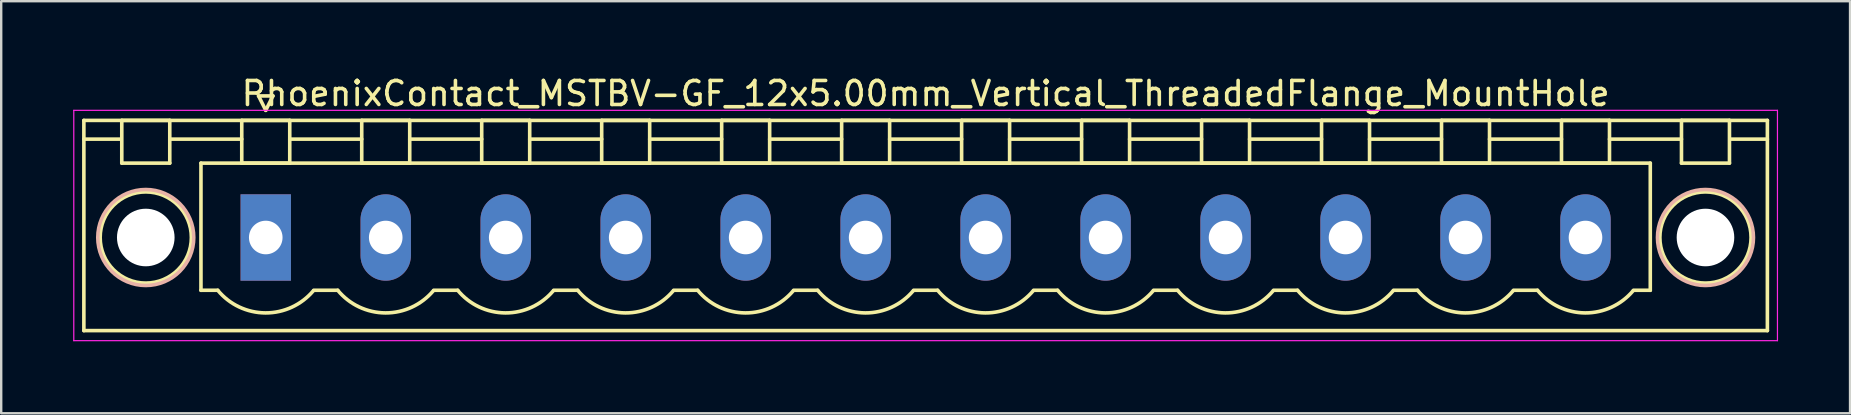
<source format=kicad_pcb>
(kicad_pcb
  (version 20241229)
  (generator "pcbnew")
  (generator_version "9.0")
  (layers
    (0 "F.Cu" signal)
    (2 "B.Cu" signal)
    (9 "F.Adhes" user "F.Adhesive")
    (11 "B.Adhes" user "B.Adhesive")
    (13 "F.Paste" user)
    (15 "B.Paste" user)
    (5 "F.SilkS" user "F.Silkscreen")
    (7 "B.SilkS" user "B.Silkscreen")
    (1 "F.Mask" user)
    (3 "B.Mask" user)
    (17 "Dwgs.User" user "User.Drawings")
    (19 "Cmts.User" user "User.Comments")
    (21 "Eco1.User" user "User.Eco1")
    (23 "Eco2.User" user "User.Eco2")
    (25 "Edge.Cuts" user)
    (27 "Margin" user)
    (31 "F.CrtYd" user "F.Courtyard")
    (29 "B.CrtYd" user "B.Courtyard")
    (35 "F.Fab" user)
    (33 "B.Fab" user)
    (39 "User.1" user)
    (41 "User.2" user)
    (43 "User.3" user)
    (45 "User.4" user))
  (footprint "PhoenixContact_MSTBV-GF_12x5.00mm_Vertical_ThreadedFlange_MountHole"
    (layer "F.Cu")
    (at 8.025 6.848)
    (property "Reference" "PhoenixContact_MSTBV-GF_12x5.00mm_Vertical_ThreadedFlange_MountHole" (at 27.5 -6 0) (layer "F.SilkS") (effects (font (size 1 1) (thickness 0.15))))
    (attr through_hole)
    (fp_line (start -7.58 -4.88) (end -7.58 3.88) (stroke (width 0.15) (type solid)) (layer "F.SilkS"))
    (fp_line (start -7.58 -4.1) (end -6.08 -4.1) (stroke (width 0.15) (type solid)) (layer "F.SilkS"))
    (fp_line (start -7.58 3.88) (end 62.58 3.88) (stroke (width 0.15) (type solid)) (layer "F.SilkS"))
    (fp_line (start -6 -4.88) (end -4 -4.88) (stroke (width 0.15) (type solid)) (layer "F.SilkS"))
    (fp_line (start -6 -3.1) (end -6 -4.88) (stroke (width 0.15) (type solid)) (layer "F.SilkS"))
    (fp_line (start -4 -4.88) (end -4 -3.1) (stroke (width 0.15) (type solid)) (layer "F.SilkS"))
    (fp_line (start -4 -4.1) (end -1 -4.1) (stroke (width 0.15) (type solid)) (layer "F.SilkS"))
    (fp_line (start -4 -3.1) (end -6 -3.1) (stroke (width 0.15) (type solid)) (layer "F.SilkS"))
    (fp_line (start -2.7 -3.1) (end 57.7 -3.1) (stroke (width 0.15) (type solid)) (layer "F.SilkS"))
    (fp_line (start -2.7 2.2) (end -2.7 -3.1) (stroke (width 0.15) (type solid)) (layer "F.SilkS"))
    (fp_line (start -2 2.2) (end -2.7 2.2) (stroke (width 0.15) (type solid)) (layer "F.SilkS"))
    (fp_line (start -1 -4.88) (end 1 -4.88) (stroke (width 0.15) (type solid)) (layer "F.SilkS"))
    (fp_line (start -1 -3.1) (end -1 -4.88) (stroke (width 0.15) (type solid)) (layer "F.SilkS"))
    (fp_line (start -0.3 -5.9) (end 0 -5.3) (stroke (width 0.15) (type solid)) (layer "F.SilkS"))
    (fp_line (start 0 -5.3) (end 0.3 -5.9) (stroke (width 0.15) (type solid)) (layer "F.SilkS"))
    (fp_line (start 0.3 -5.9) (end -0.3 -5.9) (stroke (width 0.15) (type solid)) (layer "F.SilkS"))
    (fp_line (start 1 -4.88) (end 1 -3.1) (stroke (width 0.15) (type solid)) (layer "F.SilkS"))
    (fp_line (start 1 -4.1) (end 4 -4.1) (stroke (width 0.15) (type solid)) (layer "F.SilkS"))
    (fp_line (start 1 -3.1) (end -1 -3.1) (stroke (width 0.15) (type solid)) (layer "F.SilkS"))
    (fp_line (start 2 2.2) (end 3 2.2) (stroke (width 0.15) (type solid)) (layer "F.SilkS"))
    (fp_line (start 4 -4.88) (end 6 -4.88) (stroke (width 0.15) (type solid)) (layer "F.SilkS"))
    (fp_line (start 4 -3.1) (end 4 -4.88) (stroke (width 0.15) (type solid)) (layer "F.SilkS"))
    (fp_line (start 6 -4.88) (end 6 -3.1) (stroke (width 0.15) (type solid)) (layer "F.SilkS"))
    (fp_line (start 6 -4.1) (end 9 -4.1) (stroke (width 0.15) (type solid)) (layer "F.SilkS"))
    (fp_line (start 6 -3.1) (end 4 -3.1) (stroke (width 0.15) (type solid)) (layer "F.SilkS"))
    (fp_line (start 7 2.2) (end 8 2.2) (stroke (width 0.15) (type solid)) (layer "F.SilkS"))
    (fp_line (start 9 -4.88) (end 11 -4.88) (stroke (width 0.15) (type solid)) (layer "F.SilkS"))
    (fp_line (start 9 -3.1) (end 9 -4.88) (stroke (width 0.15) (type solid)) (layer "F.SilkS"))
    (fp_line (start 11 -4.88) (end 11 -3.1) (stroke (width 0.15) (type solid)) (layer "F.SilkS"))
    (fp_line (start 11 -4.1) (end 14 -4.1) (stroke (width 0.15) (type solid)) (layer "F.SilkS"))
    (fp_line (start 11 -3.1) (end 9 -3.1) (stroke (width 0.15) (type solid)) (layer "F.SilkS"))
    (fp_line (start 12 2.2) (end 13 2.2) (stroke (width 0.15) (type solid)) (layer "F.SilkS"))
    (fp_line (start 14 -4.88) (end 16 -4.88) (stroke (width 0.15) (type solid)) (layer "F.SilkS"))
    (fp_line (start 14 -3.1) (end 14 -4.88) (stroke (width 0.15) (type solid)) (layer "F.SilkS"))
    (fp_line (start 16 -4.88) (end 16 -3.1) (stroke (width 0.15) (type solid)) (layer "F.SilkS"))
    (fp_line (start 16 -4.1) (end 19 -4.1) (stroke (width 0.15) (type solid)) (layer "F.SilkS"))
    (fp_line (start 16 -3.1) (end 14 -3.1) (stroke (width 0.15) (type solid)) (layer "F.SilkS"))
    (fp_line (start 17 2.2) (end 18 2.2) (stroke (width 0.15) (type solid)) (layer "F.SilkS"))
    (fp_line (start 19 -4.88) (end 21 -4.88) (stroke (width 0.15) (type solid)) (layer "F.SilkS"))
    (fp_line (start 19 -3.1) (end 19 -4.88) (stroke (width 0.15) (type solid)) (layer "F.SilkS"))
    (fp_line (start 21 -4.88) (end 21 -3.1) (stroke (width 0.15) (type solid)) (layer "F.SilkS"))
    (fp_line (start 21 -4.1) (end 24 -4.1) (stroke (width 0.15) (type solid)) (layer "F.SilkS"))
    (fp_line (start 21 -3.1) (end 19 -3.1) (stroke (width 0.15) (type solid)) (layer "F.SilkS"))
    (fp_line (start 22 2.2) (end 23 2.2) (stroke (width 0.15) (type solid)) (layer "F.SilkS"))
    (fp_line (start 24 -4.88) (end 26 -4.88) (stroke (width 0.15) (type solid)) (layer "F.SilkS"))
    (fp_line (start 24 -3.1) (end 24 -4.88) (stroke (width 0.15) (type solid)) (layer "F.SilkS"))
    (fp_line (start 26 -4.88) (end 26 -3.1) (stroke (width 0.15) (type solid)) (layer "F.SilkS"))
    (fp_line (start 26 -4.1) (end 29 -4.1) (stroke (width 0.15) (type solid)) (layer "F.SilkS"))
    (fp_line (start 26 -3.1) (end 24 -3.1) (stroke (width 0.15) (type solid)) (layer "F.SilkS"))
    (fp_line (start 27 2.2) (end 28 2.2) (stroke (width 0.15) (type solid)) (layer "F.SilkS"))
    (fp_line (start 29 -4.88) (end 31 -4.88) (stroke (width 0.15) (type solid)) (layer "F.SilkS"))
    (fp_line (start 29 -3.1) (end 29 -4.88) (stroke (width 0.15) (type solid)) (layer "F.SilkS"))
    (fp_line (start 31 -4.88) (end 31 -3.1) (stroke (width 0.15) (type solid)) (layer "F.SilkS"))
    (fp_line (start 31 -4.1) (end 34 -4.1) (stroke (width 0.15) (type solid)) (layer "F.SilkS"))
    (fp_line (start 31 -3.1) (end 29 -3.1) (stroke (width 0.15) (type solid)) (layer "F.SilkS"))
    (fp_line (start 32 2.2) (end 33 2.2) (stroke (width 0.15) (type solid)) (layer "F.SilkS"))
    (fp_line (start 34 -4.88) (end 36 -4.88) (stroke (width 0.15) (type solid)) (layer "F.SilkS"))
    (fp_line (start 34 -3.1) (end 34 -4.88) (stroke (width 0.15) (type solid)) (layer "F.SilkS"))
    (fp_line (start 36 -4.88) (end 36 -3.1) (stroke (width 0.15) (type solid)) (layer "F.SilkS"))
    (fp_line (start 36 -4.1) (end 39 -4.1) (stroke (width 0.15) (type solid)) (layer "F.SilkS"))
    (fp_line (start 36 -3.1) (end 34 -3.1) (stroke (width 0.15) (type solid)) (layer "F.SilkS"))
    (fp_line (start 37 2.2) (end 38 2.2) (stroke (width 0.15) (type solid)) (layer "F.SilkS"))
    (fp_line (start 39 -4.88) (end 41 -4.88) (stroke (width 0.15) (type solid)) (layer "F.SilkS"))
    (fp_line (start 39 -3.1) (end 39 -4.88) (stroke (width 0.15) (type solid)) (layer "F.SilkS"))
    (fp_line (start 41 -4.88) (end 41 -3.1) (stroke (width 0.15) (type solid)) (layer "F.SilkS"))
    (fp_line (start 41 -4.1) (end 44 -4.1) (stroke (width 0.15) (type solid)) (layer "F.SilkS"))
    (fp_line (start 41 -3.1) (end 39 -3.1) (stroke (width 0.15) (type solid)) (layer "F.SilkS"))
    (fp_line (start 42 2.2) (end 43 2.2) (stroke (width 0.15) (type solid)) (layer "F.SilkS"))
    (fp_line (start 44 -4.88) (end 46 -4.88) (stroke (width 0.15) (type solid)) (layer "F.SilkS"))
    (fp_line (start 44 -3.1) (end 44 -4.88) (stroke (width 0.15) (type solid)) (layer "F.SilkS"))
    (fp_line (start 46 -4.88) (end 46 -3.1) (stroke (width 0.15) (type solid)) (layer "F.SilkS"))
    (fp_line (start 46 -4.1) (end 49 -4.1) (stroke (width 0.15) (type solid)) (layer "F.SilkS"))
    (fp_line (start 46 -3.1) (end 44 -3.1) (stroke (width 0.15) (type solid)) (layer "F.SilkS"))
    (fp_line (start 47 2.2) (end 48 2.2) (stroke (width 0.15) (type solid)) (layer "F.SilkS"))
    (fp_line (start 49 -4.88) (end 51 -4.88) (stroke (width 0.15) (type solid)) (layer "F.SilkS"))
    (fp_line (start 49 -3.1) (end 49 -4.88) (stroke (width 0.15) (type solid)) (layer "F.SilkS"))
    (fp_line (start 51 -4.88) (end 51 -3.1) (stroke (width 0.15) (type solid)) (layer "F.SilkS"))
    (fp_line (start 51 -4.1) (end 54 -4.1) (stroke (width 0.15) (type solid)) (layer "F.SilkS"))
    (fp_line (start 51 -3.1) (end 49 -3.1) (stroke (width 0.15) (type solid)) (layer "F.SilkS"))
    (fp_line (start 52 2.2) (end 53 2.2) (stroke (width 0.15) (type solid)) (layer "F.SilkS"))
    (fp_line (start 54 -4.88) (end 56 -4.88) (stroke (width 0.15) (type solid)) (layer "F.SilkS"))
    (fp_line (start 54 -3.1) (end 54 -4.88) (stroke (width 0.15) (type solid)) (layer "F.SilkS"))
    (fp_line (start 56 -4.88) (end 56 -3.1) (stroke (width 0.15) (type solid)) (layer "F.SilkS"))
    (fp_line (start 56 -4.1) (end 59 -4.1) (stroke (width 0.15) (type solid)) (layer "F.SilkS"))
    (fp_line (start 56 -3.1) (end 54 -3.1) (stroke (width 0.15) (type solid)) (layer "F.SilkS"))
    (fp_line (start 57.7 -3.1) (end 57.7 2.2) (stroke (width 0.15) (type solid)) (layer "F.SilkS"))
    (fp_line (start 57.7 2.2) (end 57 2.2) (stroke (width 0.15) (type solid)) (layer "F.SilkS"))
    (fp_line (start 59 -4.88) (end 61 -4.88) (stroke (width 0.15) (type solid)) (layer "F.SilkS"))
    (fp_line (start 59 -3.1) (end 59 -4.88) (stroke (width 0.15) (type solid)) (layer "F.SilkS"))
    (fp_line (start 61 -4.88) (end 61 -3.1) (stroke (width 0.15) (type solid)) (layer "F.SilkS"))
    (fp_line (start 61 -3.1) (end 59 -3.1) (stroke (width 0.15) (type solid)) (layer "F.SilkS"))
    (fp_line (start 62.58 -4.88) (end -7.58 -4.88) (stroke (width 0.15) (type solid)) (layer "F.SilkS"))
    (fp_line (start 62.58 -4.1) (end 61.08 -4.1) (stroke (width 0.15) (type solid)) (layer "F.SilkS"))
    (fp_line (start 62.58 3.88) (end 62.58 -4.88) (stroke (width 0.15) (type solid)) (layer "F.SilkS"))
    (fp_arc (start 1.986842 2.215821) (mid -0.010289 3.142758) (end -2 2.2) (stroke (width 0.15) (type solid)) (layer "F.SilkS"))
    (fp_arc (start 6.986842 2.215821) (mid 4.989711 3.142758) (end 3 2.2) (stroke (width 0.15) (type solid)) (layer "F.SilkS"))
    (fp_arc (start 11.986842 2.215821) (mid 9.989711 3.142758) (end 8 2.2) (stroke (width 0.15) (type solid)) (layer "F.SilkS"))
    (fp_arc (start 16.986842 2.215821) (mid 14.989711 3.142758) (end 13 2.2) (stroke (width 0.15) (type solid)) (layer "F.SilkS"))
    (fp_arc (start 21.986842 2.215821) (mid 19.989711 3.142758) (end 18 2.2) (stroke (width 0.15) (type solid)) (layer "F.SilkS"))
    (fp_arc (start 26.986842 2.215821) (mid 24.989711 3.142758) (end 23 2.2) (stroke (width 0.15) (type solid)) (layer "F.SilkS"))
    (fp_arc (start 31.986842 2.215821) (mid 29.989711 3.142758) (end 28 2.2) (stroke (width 0.15) (type solid)) (layer "F.SilkS"))
    (fp_arc (start 36.986842 2.215821) (mid 34.989711 3.142758) (end 33 2.2) (stroke (width 0.15) (type solid)) (layer "F.SilkS"))
    (fp_arc (start 41.986842 2.215821) (mid 39.989711 3.142758) (end 38 2.2) (stroke (width 0.15) (type solid)) (layer "F.SilkS"))
    (fp_arc (start 46.986842 2.215821) (mid 44.989711 3.142758) (end 43 2.2) (stroke (width 0.15) (type solid)) (layer "F.SilkS"))
    (fp_arc (start 51.986842 2.215821) (mid 49.989711 3.142758) (end 48 2.2) (stroke (width 0.15) (type solid)) (layer "F.SilkS"))
    (fp_arc (start 56.986842 2.215821) (mid 54.989711 3.142758) (end 53 2.2) (stroke (width 0.15) (type solid)) (layer "F.SilkS"))
    (fp_circle (center -5 0) (end -3.1 0) (stroke (width 0.15) (type solid)) (fill no) (layer "F.SilkS"))
    (fp_circle (center 60 0) (end 61.9 0) (stroke (width 0.15) (type solid)) (fill no) (layer "F.SilkS"))
    (fp_circle (center -5 0) (end -3 0) (stroke (width 0.15) (type solid)) (fill no) (layer "B.SilkS"))
    (fp_circle (center 60 0) (end 62 0) (stroke (width 0.15) (type solid)) (fill no) (layer "B.SilkS"))
    (fp_line (start -8 -5.3) (end -8 4.3) (stroke (width 0.05) (type solid)) (layer "F.CrtYd"))
    (fp_line (start -8 4.3) (end 63 4.3) (stroke (width 0.05) (type solid)) (layer "F.CrtYd"))
    (fp_line (start 63 -5.3) (end -8 -5.3) (stroke (width 0.05) (type solid)) (layer "F.CrtYd"))
    (fp_line (start 63 4.3) (end 63 -5.3) (stroke (width 0.05) (type solid)) (layer "F.CrtYd"))
    (pad "" np_thru_hole circle (at -5 0) (size 2.4 2.4) (drill 2.4) (layers "*.Cu" "*.Mask"))
    (pad "" np_thru_hole circle (at 60 0) (size 2.4 2.4) (drill 2.4) (layers "*.Cu" "*.Mask"))
    (pad "1" thru_hole rect (at 0 0) (size 2.1 3.6) (drill 1.4) (layers "*.Cu" "*.Mask"))
    (pad "2" thru_hole oval (at 5 0) (size 2.1 3.6) (drill 1.4) (layers "*.Cu" "*.Mask"))
    (pad "3" thru_hole oval (at 10 0) (size 2.1 3.6) (drill 1.4) (layers "*.Cu" "*.Mask"))
    (pad "4" thru_hole oval (at 15 0) (size 2.1 3.6) (drill 1.4) (layers "*.Cu" "*.Mask"))
    (pad "5" thru_hole oval (at 20 0) (size 2.1 3.6) (drill 1.4) (layers "*.Cu" "*.Mask"))
    (pad "6" thru_hole oval (at 25 0) (size 2.1 3.6) (drill 1.4) (layers "*.Cu" "*.Mask"))
    (pad "7" thru_hole oval (at 30 0) (size 2.1 3.6) (drill 1.4) (layers "*.Cu" "*.Mask"))
    (pad "8" thru_hole oval (at 35 0) (size 2.1 3.6) (drill 1.4) (layers "*.Cu" "*.Mask"))
    (pad "9" thru_hole oval (at 40 0) (size 2.1 3.6) (drill 1.4) (layers "*.Cu" "*.Mask"))
    (pad "10" thru_hole oval (at 45 0) (size 2.1 3.6) (drill 1.4) (layers "*.Cu" "*.Mask"))
    (pad "11" thru_hole oval (at 50 0) (size 2.1 3.6) (drill 1.4) (layers "*.Cu" "*.Mask"))
    (pad "12" thru_hole oval (at 55 0) (size 2.1 3.6) (drill 1.4) (layers "*.Cu" "*.Mask")))
  (gr_rect
    (start -3 -3)
    (end 74.05 14.173)
    (stroke (width 0.1) (type default))
    (fill no)
    (layer "Edge.Cuts")))
</source>
